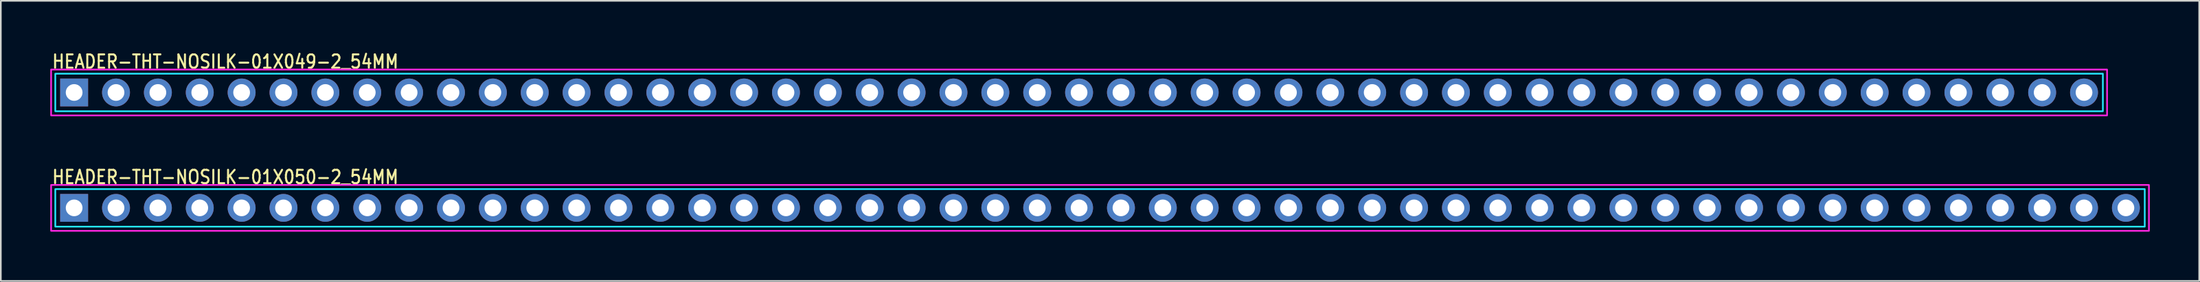
<source format=kicad_pcb>
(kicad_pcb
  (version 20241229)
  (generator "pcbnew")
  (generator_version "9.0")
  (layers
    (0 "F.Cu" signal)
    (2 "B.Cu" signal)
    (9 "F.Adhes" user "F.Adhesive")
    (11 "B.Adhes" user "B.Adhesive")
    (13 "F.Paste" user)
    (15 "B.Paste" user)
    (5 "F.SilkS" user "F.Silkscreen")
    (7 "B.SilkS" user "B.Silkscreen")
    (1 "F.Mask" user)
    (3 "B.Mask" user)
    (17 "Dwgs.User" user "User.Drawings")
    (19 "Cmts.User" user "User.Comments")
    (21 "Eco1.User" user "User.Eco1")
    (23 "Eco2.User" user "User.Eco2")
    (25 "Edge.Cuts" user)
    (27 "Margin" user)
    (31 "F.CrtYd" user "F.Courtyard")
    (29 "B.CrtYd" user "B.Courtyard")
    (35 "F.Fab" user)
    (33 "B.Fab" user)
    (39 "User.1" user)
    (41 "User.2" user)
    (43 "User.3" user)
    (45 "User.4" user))
  (footprint "HEADER-THT-NOSILK-01X049-2_54MM"
    (layer "F.Cu")
    (at 1.447 2.579)
    (property "Reference" "HEADER-THT-NOSILK-01X049-2_54MM" (at -1.4 -1.4 0) (unlocked yes) (layer "F.SilkS") (effects (font (size 0.813 0.695) (thickness 0.122)) (justify left bottom)))
    (fp_poly (pts (xy -1.143 -1.143) (xy 123.063 -1.143) (xy 123.063 1.143) (xy -1.143 1.143)) (stroke (width 0.1) (type solid)) (fill no) (layer "B.CrtYd"))
    (fp_poly (pts (xy -1.397 -1.397) (xy 123.317 -1.397) (xy 123.317 1.397) (xy -1.397 1.397)) (stroke (width 0.1) (type solid)) (fill no) (layer "F.CrtYd"))
    (pad "1" thru_hole rect (at 0 0) (size 1.693 1.693) (drill 1.016) (layers "*.Cu" "*.Mask"))
    (pad "2" thru_hole oval (at 2.54 0) (size 1.693 1.693) (drill 1.016) (layers "*.Cu" "*.Mask"))
    (pad "3" thru_hole oval (at 5.08 0) (size 1.693 1.693) (drill 1.016) (layers "*.Cu" "*.Mask"))
    (pad "4" thru_hole oval (at 7.62 0) (size 1.693 1.693) (drill 1.016) (layers "*.Cu" "*.Mask"))
    (pad "5" thru_hole oval (at 10.16 0) (size 1.693 1.693) (drill 1.016) (layers "*.Cu" "*.Mask"))
    (pad "6" thru_hole oval (at 12.7 0) (size 1.693 1.693) (drill 1.016) (layers "*.Cu" "*.Mask"))
    (pad "7" thru_hole oval (at 15.24 0) (size 1.693 1.693) (drill 1.016) (layers "*.Cu" "*.Mask"))
    (pad "8" thru_hole oval (at 17.78 0) (size 1.693 1.693) (drill 1.016) (layers "*.Cu" "*.Mask"))
    (pad "9" thru_hole oval (at 20.32 0) (size 1.693 1.693) (drill 1.016) (layers "*.Cu" "*.Mask"))
    (pad "10" thru_hole oval (at 22.86 0) (size 1.693 1.693) (drill 1.016) (layers "*.Cu" "*.Mask"))
    (pad "11" thru_hole oval (at 25.4 0) (size 1.693 1.693) (drill 1.016) (layers "*.Cu" "*.Mask"))
    (pad "12" thru_hole oval (at 27.94 0) (size 1.693 1.693) (drill 1.016) (layers "*.Cu" "*.Mask"))
    (pad "13" thru_hole oval (at 30.48 0) (size 1.693 1.693) (drill 1.016) (layers "*.Cu" "*.Mask"))
    (pad "14" thru_hole oval (at 33.02 0) (size 1.693 1.693) (drill 1.016) (layers "*.Cu" "*.Mask"))
    (pad "15" thru_hole oval (at 35.56 0) (size 1.693 1.693) (drill 1.016) (layers "*.Cu" "*.Mask"))
    (pad "16" thru_hole oval (at 38.1 0) (size 1.693 1.693) (drill 1.016) (layers "*.Cu" "*.Mask"))
    (pad "17" thru_hole oval (at 40.64 0) (size 1.693 1.693) (drill 1.016) (layers "*.Cu" "*.Mask"))
    (pad "18" thru_hole oval (at 43.18 0) (size 1.693 1.693) (drill 1.016) (layers "*.Cu" "*.Mask"))
    (pad "19" thru_hole oval (at 45.72 0) (size 1.693 1.693) (drill 1.016) (layers "*.Cu" "*.Mask"))
    (pad "20" thru_hole oval (at 48.26 0) (size 1.693 1.693) (drill 1.016) (layers "*.Cu" "*.Mask"))
    (pad "21" thru_hole oval (at 50.8 0) (size 1.693 1.693) (drill 1.016) (layers "*.Cu" "*.Mask"))
    (pad "22" thru_hole oval (at 53.34 0) (size 1.693 1.693) (drill 1.016) (layers "*.Cu" "*.Mask"))
    (pad "23" thru_hole oval (at 55.88 0) (size 1.693 1.693) (drill 1.016) (layers "*.Cu" "*.Mask"))
    (pad "24" thru_hole oval (at 58.42 0) (size 1.693 1.693) (drill 1.016) (layers "*.Cu" "*.Mask"))
    (pad "25" thru_hole oval (at 60.96 0) (size 1.693 1.693) (drill 1.016) (layers "*.Cu" "*.Mask"))
    (pad "26" thru_hole oval (at 63.5 0) (size 1.693 1.693) (drill 1.016) (layers "*.Cu" "*.Mask"))
    (pad "27" thru_hole oval (at 66.04 0) (size 1.693 1.693) (drill 1.016) (layers "*.Cu" "*.Mask"))
    (pad "28" thru_hole oval (at 68.58 0) (size 1.693 1.693) (drill 1.016) (layers "*.Cu" "*.Mask"))
    (pad "29" thru_hole oval (at 71.12 0) (size 1.693 1.693) (drill 1.016) (layers "*.Cu" "*.Mask"))
    (pad "30" thru_hole oval (at 73.66 0) (size 1.693 1.693) (drill 1.016) (layers "*.Cu" "*.Mask"))
    (pad "31" thru_hole oval (at 76.2 0) (size 1.693 1.693) (drill 1.016) (layers "*.Cu" "*.Mask"))
    (pad "32" thru_hole oval (at 78.74 0) (size 1.693 1.693) (drill 1.016) (layers "*.Cu" "*.Mask"))
    (pad "33" thru_hole oval (at 81.28 0) (size 1.693 1.693) (drill 1.016) (layers "*.Cu" "*.Mask"))
    (pad "34" thru_hole oval (at 83.82 0) (size 1.693 1.693) (drill 1.016) (layers "*.Cu" "*.Mask"))
    (pad "35" thru_hole oval (at 86.36 0) (size 1.693 1.693) (drill 1.016) (layers "*.Cu" "*.Mask"))
    (pad "36" thru_hole oval (at 88.9 0) (size 1.693 1.693) (drill 1.016) (layers "*.Cu" "*.Mask"))
    (pad "37" thru_hole oval (at 91.44 0) (size 1.693 1.693) (drill 1.016) (layers "*.Cu" "*.Mask"))
    (pad "38" thru_hole oval (at 93.98 0) (size 1.693 1.693) (drill 1.016) (layers "*.Cu" "*.Mask"))
    (pad "39" thru_hole oval (at 96.52 0) (size 1.693 1.693) (drill 1.016) (layers "*.Cu" "*.Mask"))
    (pad "40" thru_hole oval (at 99.06 0) (size 1.693 1.693) (drill 1.016) (layers "*.Cu" "*.Mask"))
    (pad "41" thru_hole oval (at 101.6 0) (size 1.693 1.693) (drill 1.016) (layers "*.Cu" "*.Mask"))
    (pad "42" thru_hole oval (at 104.14 0) (size 1.693 1.693) (drill 1.016) (layers "*.Cu" "*.Mask"))
    (pad "43" thru_hole oval (at 106.68 0) (size 1.693 1.693) (drill 1.016) (layers "*.Cu" "*.Mask"))
    (pad "44" thru_hole oval (at 109.22 0) (size 1.693 1.693) (drill 1.016) (layers "*.Cu" "*.Mask"))
    (pad "45" thru_hole oval (at 111.76 0) (size 1.693 1.693) (drill 1.016) (layers "*.Cu" "*.Mask"))
    (pad "46" thru_hole oval (at 114.3 0) (size 1.693 1.693) (drill 1.016) (layers "*.Cu" "*.Mask"))
    (pad "47" thru_hole oval (at 116.84 0) (size 1.693 1.693) (drill 1.016) (layers "*.Cu" "*.Mask"))
    (pad "48" thru_hole oval (at 119.38 0) (size 1.693 1.693) (drill 1.016) (layers "*.Cu" "*.Mask"))
    (pad "49" thru_hole oval (at 121.92 0) (size 1.693 1.693) (drill 1.016) (layers "*.Cu" "*.Mask")))
  (footprint "HEADER-THT-NOSILK-01X050-2_54MM"
    (layer "F.Cu")
    (at 1.447 9.604)
    (property "Reference" "HEADER-THT-NOSILK-01X050-2_54MM" (at -1.4 -1.4 0) (unlocked yes) (layer "F.SilkS") (effects (font (size 0.813 0.695) (thickness 0.122)) (justify left bottom)))
    (fp_poly (pts (xy -1.143 -1.143) (xy 125.603 -1.143) (xy 125.603 1.143) (xy -1.143 1.143)) (stroke (width 0.1) (type solid)) (fill no) (layer "B.CrtYd"))
    (fp_poly (pts (xy -1.397 -1.397) (xy 125.857 -1.397) (xy 125.857 1.397) (xy -1.397 1.397)) (stroke (width 0.1) (type solid)) (fill no) (layer "F.CrtYd"))
    (pad "P$1" thru_hole rect (at 0 0) (size 1.693 1.693) (drill 1.016) (layers "*.Cu" "*.Mask"))
    (pad "P$2" thru_hole oval (at 2.54 0) (size 1.693 1.693) (drill 1.016) (layers "*.Cu" "*.Mask"))
    (pad "P$3" thru_hole oval (at 5.08 0) (size 1.693 1.693) (drill 1.016) (layers "*.Cu" "*.Mask"))
    (pad "P$4" thru_hole oval (at 7.62 0) (size 1.693 1.693) (drill 1.016) (layers "*.Cu" "*.Mask"))
    (pad "P$5" thru_hole oval (at 10.16 0) (size 1.693 1.693) (drill 1.016) (layers "*.Cu" "*.Mask"))
    (pad "P$6" thru_hole oval (at 12.7 0) (size 1.693 1.693) (drill 1.016) (layers "*.Cu" "*.Mask"))
    (pad "P$7" thru_hole oval (at 15.24 0) (size 1.693 1.693) (drill 1.016) (layers "*.Cu" "*.Mask"))
    (pad "P$8" thru_hole oval (at 17.78 0) (size 1.693 1.693) (drill 1.016) (layers "*.Cu" "*.Mask"))
    (pad "P$9" thru_hole oval (at 20.32 0) (size 1.693 1.693) (drill 1.016) (layers "*.Cu" "*.Mask"))
    (pad "P$10" thru_hole oval (at 22.86 0) (size 1.693 1.693) (drill 1.016) (layers "*.Cu" "*.Mask"))
    (pad "P$11" thru_hole oval (at 25.4 0) (size 1.693 1.693) (drill 1.016) (layers "*.Cu" "*.Mask"))
    (pad "P$12" thru_hole oval (at 27.94 0) (size 1.693 1.693) (drill 1.016) (layers "*.Cu" "*.Mask"))
    (pad "P$13" thru_hole oval (at 30.48 0) (size 1.693 1.693) (drill 1.016) (layers "*.Cu" "*.Mask"))
    (pad "P$14" thru_hole oval (at 33.02 0) (size 1.693 1.693) (drill 1.016) (layers "*.Cu" "*.Mask"))
    (pad "P$15" thru_hole oval (at 35.56 0) (size 1.693 1.693) (drill 1.016) (layers "*.Cu" "*.Mask"))
    (pad "P$16" thru_hole oval (at 38.1 0) (size 1.693 1.693) (drill 1.016) (layers "*.Cu" "*.Mask"))
    (pad "P$17" thru_hole oval (at 40.64 0) (size 1.693 1.693) (drill 1.016) (layers "*.Cu" "*.Mask"))
    (pad "P$18" thru_hole oval (at 43.18 0) (size 1.693 1.693) (drill 1.016) (layers "*.Cu" "*.Mask"))
    (pad "P$19" thru_hole oval (at 45.72 0) (size 1.693 1.693) (drill 1.016) (layers "*.Cu" "*.Mask"))
    (pad "P$20" thru_hole oval (at 48.26 0) (size 1.693 1.693) (drill 1.016) (layers "*.Cu" "*.Mask"))
    (pad "P$21" thru_hole oval (at 50.8 0) (size 1.693 1.693) (drill 1.016) (layers "*.Cu" "*.Mask"))
    (pad "P$22" thru_hole oval (at 53.34 0) (size 1.693 1.693) (drill 1.016) (layers "*.Cu" "*.Mask"))
    (pad "P$23" thru_hole oval (at 55.88 0) (size 1.693 1.693) (drill 1.016) (layers "*.Cu" "*.Mask"))
    (pad "P$24" thru_hole oval (at 58.42 0) (size 1.693 1.693) (drill 1.016) (layers "*.Cu" "*.Mask"))
    (pad "P$25" thru_hole oval (at 60.96 0) (size 1.693 1.693) (drill 1.016) (layers "*.Cu" "*.Mask"))
    (pad "P$26" thru_hole oval (at 63.5 0) (size 1.693 1.693) (drill 1.016) (layers "*.Cu" "*.Mask"))
    (pad "P$27" thru_hole oval (at 66.04 0) (size 1.693 1.693) (drill 1.016) (layers "*.Cu" "*.Mask"))
    (pad "P$28" thru_hole oval (at 68.58 0) (size 1.693 1.693) (drill 1.016) (layers "*.Cu" "*.Mask"))
    (pad "P$29" thru_hole oval (at 71.12 0) (size 1.693 1.693) (drill 1.016) (layers "*.Cu" "*.Mask"))
    (pad "P$30" thru_hole oval (at 73.66 0) (size 1.693 1.693) (drill 1.016) (layers "*.Cu" "*.Mask"))
    (pad "P$31" thru_hole oval (at 76.2 0) (size 1.693 1.693) (drill 1.016) (layers "*.Cu" "*.Mask"))
    (pad "P$32" thru_hole oval (at 78.74 0) (size 1.693 1.693) (drill 1.016) (layers "*.Cu" "*.Mask"))
    (pad "P$33" thru_hole oval (at 81.28 0) (size 1.693 1.693) (drill 1.016) (layers "*.Cu" "*.Mask"))
    (pad "P$34" thru_hole oval (at 83.82 0) (size 1.693 1.693) (drill 1.016) (layers "*.Cu" "*.Mask"))
    (pad "P$35" thru_hole oval (at 86.36 0) (size 1.693 1.693) (drill 1.016) (layers "*.Cu" "*.Mask"))
    (pad "P$36" thru_hole oval (at 88.9 0) (size 1.693 1.693) (drill 1.016) (layers "*.Cu" "*.Mask"))
    (pad "P$37" thru_hole oval (at 91.44 0) (size 1.693 1.693) (drill 1.016) (layers "*.Cu" "*.Mask"))
    (pad "P$38" thru_hole oval (at 93.98 0) (size 1.693 1.693) (drill 1.016) (layers "*.Cu" "*.Mask"))
    (pad "P$39" thru_hole oval (at 96.52 0) (size 1.693 1.693) (drill 1.016) (layers "*.Cu" "*.Mask"))
    (pad "P$40" thru_hole oval (at 99.06 0) (size 1.693 1.693) (drill 1.016) (layers "*.Cu" "*.Mask"))
    (pad "P$41" thru_hole oval (at 101.6 0) (size 1.693 1.693) (drill 1.016) (layers "*.Cu" "*.Mask"))
    (pad "P$42" thru_hole oval (at 104.14 0) (size 1.693 1.693) (drill 1.016) (layers "*.Cu" "*.Mask"))
    (pad "P$43" thru_hole oval (at 106.68 0) (size 1.693 1.693) (drill 1.016) (layers "*.Cu" "*.Mask"))
    (pad "P$44" thru_hole oval (at 109.22 0) (size 1.693 1.693) (drill 1.016) (layers "*.Cu" "*.Mask"))
    (pad "P$45" thru_hole oval (at 111.76 0) (size 1.693 1.693) (drill 1.016) (layers "*.Cu" "*.Mask"))
    (pad "P$46" thru_hole oval (at 114.3 0) (size 1.693 1.693) (drill 1.016) (layers "*.Cu" "*.Mask"))
    (pad "P$47" thru_hole oval (at 116.84 0) (size 1.693 1.693) (drill 1.016) (layers "*.Cu" "*.Mask"))
    (pad "P$48" thru_hole oval (at 119.38 0) (size 1.693 1.693) (drill 1.016) (layers "*.Cu" "*.Mask"))
    (pad "P$49" thru_hole oval (at 121.92 0) (size 1.693 1.693) (drill 1.016) (layers "*.Cu" "*.Mask"))
    (pad "P$50" thru_hole oval (at 124.46 0) (size 1.693 1.693) (drill 1.016) (layers "*.Cu" "*.Mask")))
  (gr_rect
    (start -3 -3)
    (end 130.354 14.051)
    (stroke (width 0.1) (type default))
    (fill no)
    (layer "Edge.Cuts")))
</source>
